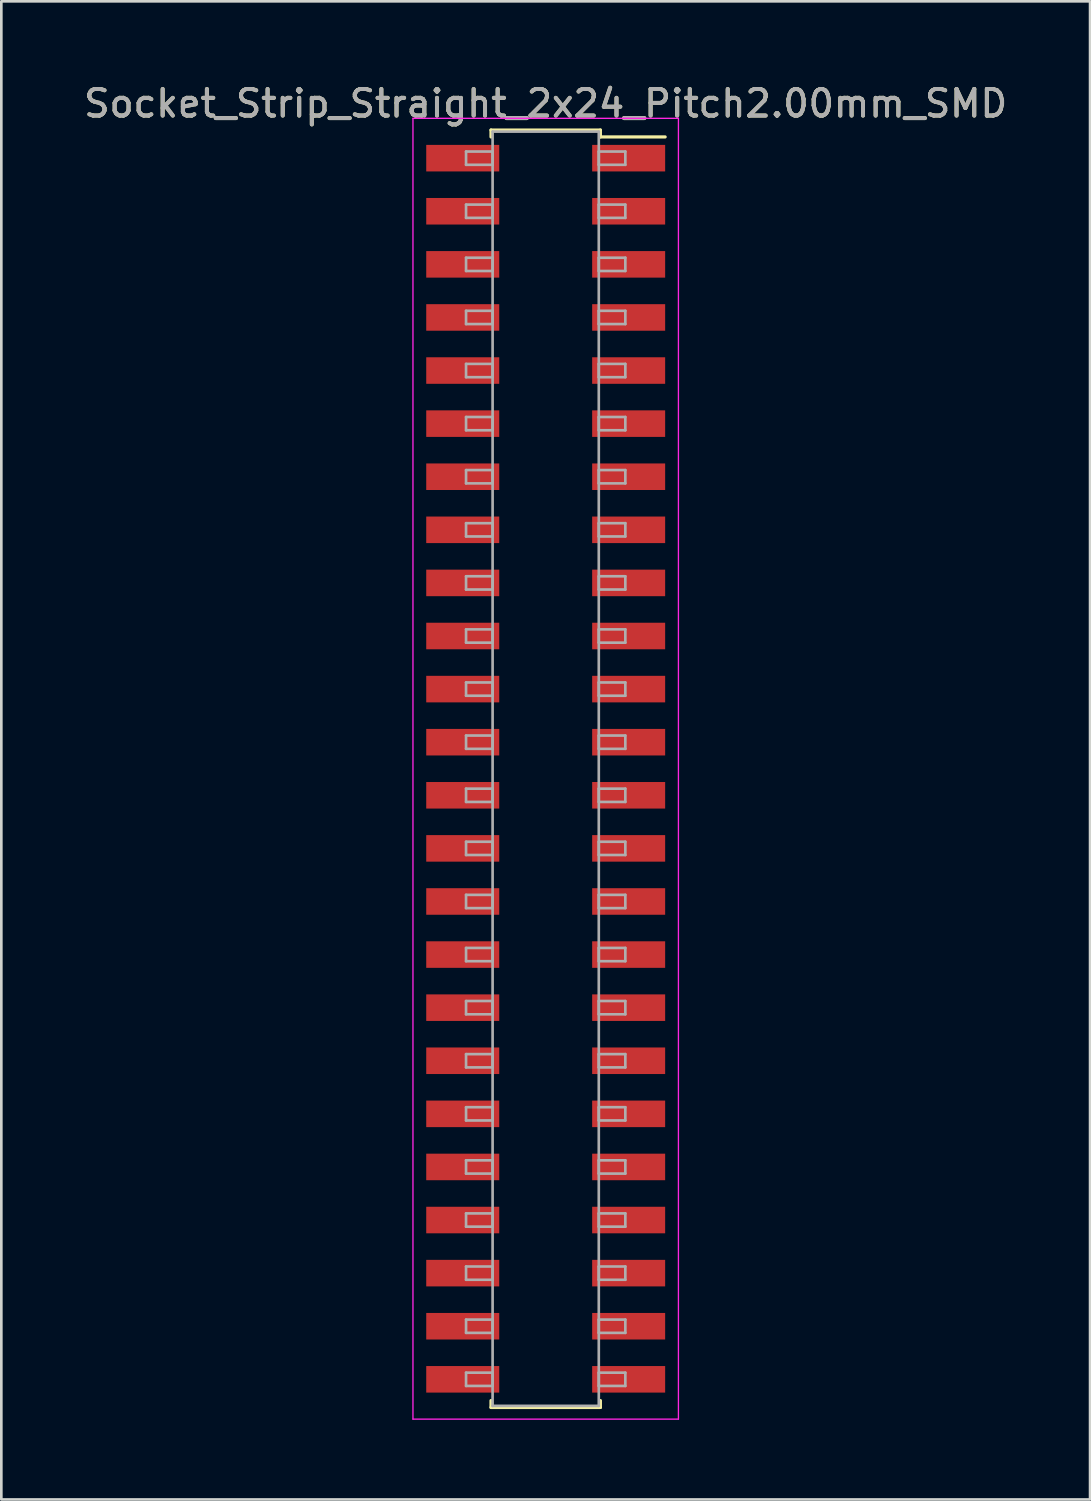
<source format=kicad_pcb>
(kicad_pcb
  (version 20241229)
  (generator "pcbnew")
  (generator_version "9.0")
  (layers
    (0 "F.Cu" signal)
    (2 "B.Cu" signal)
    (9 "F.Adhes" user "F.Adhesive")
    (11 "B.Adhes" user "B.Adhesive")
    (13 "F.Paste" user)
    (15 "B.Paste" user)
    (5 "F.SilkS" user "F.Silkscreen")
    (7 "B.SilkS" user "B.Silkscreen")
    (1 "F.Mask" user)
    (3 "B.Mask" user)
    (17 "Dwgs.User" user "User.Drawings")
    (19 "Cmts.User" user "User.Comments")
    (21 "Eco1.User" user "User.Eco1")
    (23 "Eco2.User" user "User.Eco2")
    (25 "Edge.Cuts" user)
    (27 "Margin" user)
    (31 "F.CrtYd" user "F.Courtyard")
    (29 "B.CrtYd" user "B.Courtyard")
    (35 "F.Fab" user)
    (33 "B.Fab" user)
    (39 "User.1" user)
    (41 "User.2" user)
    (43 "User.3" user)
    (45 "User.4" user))
  (footprint "Socket_Strip_Straight_2x24_Pitch2.00mm_SMD"
    (layer "F.Cu")
    (at 17.506 25.908)
    (property "Reference" "Socket_Strip_Straight_2x24_Pitch2.00mm_SMD" (at 0 -25.06 0) (layer "F.SilkS") (effects (font (size 1 1) (thickness 0.15))))
    (attr smd)
    (fp_line (start -2.06 -24.06) (end 2.06 -24.06) (stroke (width 0.12) (type solid)) (layer "F.SilkS"))
    (fp_line (start -2.06 -23.8) (end -2.06 -24.06) (stroke (width 0.12) (type solid)) (layer "F.SilkS"))
    (fp_line (start -2.06 23.8) (end -2.06 24.06) (stroke (width 0.12) (type solid)) (layer "F.SilkS"))
    (fp_line (start -2.06 24.06) (end 2.06 24.06) (stroke (width 0.12) (type solid)) (layer "F.SilkS"))
    (fp_line (start 2.06 -24.06) (end 2.06 -23.8) (stroke (width 0.12) (type solid)) (layer "F.SilkS"))
    (fp_line (start 2.06 24.06) (end 2.06 23.8) (stroke (width 0.12) (type solid)) (layer "F.SilkS"))
    (fp_line (start 4.5 -23.8) (end 2.06 -23.8) (stroke (width 0.12) (type solid)) (layer "F.SilkS"))
    (fp_line (start -5 -24.5) (end -5 24.5) (stroke (width 0.05) (type solid)) (layer "F.CrtYd"))
    (fp_line (start -5 24.5) (end 5 24.5) (stroke (width 0.05) (type solid)) (layer "F.CrtYd"))
    (fp_line (start 5 -24.5) (end -5 -24.5) (stroke (width 0.05) (type solid)) (layer "F.CrtYd"))
    (fp_line (start 5 24.5) (end 5 -24.5) (stroke (width 0.05) (type solid)) (layer "F.CrtYd"))
    (fp_line (start -3 -23.25) (end -2 -23.25) (stroke (width 0.1) (type solid)) (layer "F.Fab"))
    (fp_line (start -3 -22.75) (end -3 -23.25) (stroke (width 0.1) (type solid)) (layer "F.Fab"))
    (fp_line (start -3 -21.25) (end -2 -21.25) (stroke (width 0.1) (type solid)) (layer "F.Fab"))
    (fp_line (start -3 -20.75) (end -3 -21.25) (stroke (width 0.1) (type solid)) (layer "F.Fab"))
    (fp_line (start -3 -19.25) (end -2 -19.25) (stroke (width 0.1) (type solid)) (layer "F.Fab"))
    (fp_line (start -3 -18.75) (end -3 -19.25) (stroke (width 0.1) (type solid)) (layer "F.Fab"))
    (fp_line (start -3 -17.25) (end -2 -17.25) (stroke (width 0.1) (type solid)) (layer "F.Fab"))
    (fp_line (start -3 -16.75) (end -3 -17.25) (stroke (width 0.1) (type solid)) (layer "F.Fab"))
    (fp_line (start -3 -15.25) (end -2 -15.25) (stroke (width 0.1) (type solid)) (layer "F.Fab"))
    (fp_line (start -3 -14.75) (end -3 -15.25) (stroke (width 0.1) (type solid)) (layer "F.Fab"))
    (fp_line (start -3 -13.25) (end -2 -13.25) (stroke (width 0.1) (type solid)) (layer "F.Fab"))
    (fp_line (start -3 -12.75) (end -3 -13.25) (stroke (width 0.1) (type solid)) (layer "F.Fab"))
    (fp_line (start -3 -11.25) (end -2 -11.25) (stroke (width 0.1) (type solid)) (layer "F.Fab"))
    (fp_line (start -3 -10.75) (end -3 -11.25) (stroke (width 0.1) (type solid)) (layer "F.Fab"))
    (fp_line (start -3 -9.25) (end -2 -9.25) (stroke (width 0.1) (type solid)) (layer "F.Fab"))
    (fp_line (start -3 -8.75) (end -3 -9.25) (stroke (width 0.1) (type solid)) (layer "F.Fab"))
    (fp_line (start -3 -7.25) (end -2 -7.25) (stroke (width 0.1) (type solid)) (layer "F.Fab"))
    (fp_line (start -3 -6.75) (end -3 -7.25) (stroke (width 0.1) (type solid)) (layer "F.Fab"))
    (fp_line (start -3 -5.25) (end -2 -5.25) (stroke (width 0.1) (type solid)) (layer "F.Fab"))
    (fp_line (start -3 -4.75) (end -3 -5.25) (stroke (width 0.1) (type solid)) (layer "F.Fab"))
    (fp_line (start -3 -3.25) (end -2 -3.25) (stroke (width 0.1) (type solid)) (layer "F.Fab"))
    (fp_line (start -3 -2.75) (end -3 -3.25) (stroke (width 0.1) (type solid)) (layer "F.Fab"))
    (fp_line (start -3 -1.25) (end -2 -1.25) (stroke (width 0.1) (type solid)) (layer "F.Fab"))
    (fp_line (start -3 -0.75) (end -3 -1.25) (stroke (width 0.1) (type solid)) (layer "F.Fab"))
    (fp_line (start -3 0.75) (end -2 0.75) (stroke (width 0.1) (type solid)) (layer "F.Fab"))
    (fp_line (start -3 1.25) (end -3 0.75) (stroke (width 0.1) (type solid)) (layer "F.Fab"))
    (fp_line (start -3 2.75) (end -2 2.75) (stroke (width 0.1) (type solid)) (layer "F.Fab"))
    (fp_line (start -3 3.25) (end -3 2.75) (stroke (width 0.1) (type solid)) (layer "F.Fab"))
    (fp_line (start -3 4.75) (end -2 4.75) (stroke (width 0.1) (type solid)) (layer "F.Fab"))
    (fp_line (start -3 5.25) (end -3 4.75) (stroke (width 0.1) (type solid)) (layer "F.Fab"))
    (fp_line (start -3 6.75) (end -2 6.75) (stroke (width 0.1) (type solid)) (layer "F.Fab"))
    (fp_line (start -3 7.25) (end -3 6.75) (stroke (width 0.1) (type solid)) (layer "F.Fab"))
    (fp_line (start -3 8.75) (end -2 8.75) (stroke (width 0.1) (type solid)) (layer "F.Fab"))
    (fp_line (start -3 9.25) (end -3 8.75) (stroke (width 0.1) (type solid)) (layer "F.Fab"))
    (fp_line (start -3 10.75) (end -2 10.75) (stroke (width 0.1) (type solid)) (layer "F.Fab"))
    (fp_line (start -3 11.25) (end -3 10.75) (stroke (width 0.1) (type solid)) (layer "F.Fab"))
    (fp_line (start -3 12.75) (end -2 12.75) (stroke (width 0.1) (type solid)) (layer "F.Fab"))
    (fp_line (start -3 13.25) (end -3 12.75) (stroke (width 0.1) (type solid)) (layer "F.Fab"))
    (fp_line (start -3 14.75) (end -2 14.75) (stroke (width 0.1) (type solid)) (layer "F.Fab"))
    (fp_line (start -3 15.25) (end -3 14.75) (stroke (width 0.1) (type solid)) (layer "F.Fab"))
    (fp_line (start -3 16.75) (end -2 16.75) (stroke (width 0.1) (type solid)) (layer "F.Fab"))
    (fp_line (start -3 17.25) (end -3 16.75) (stroke (width 0.1) (type solid)) (layer "F.Fab"))
    (fp_line (start -3 18.75) (end -2 18.75) (stroke (width 0.1) (type solid)) (layer "F.Fab"))
    (fp_line (start -3 19.25) (end -3 18.75) (stroke (width 0.1) (type solid)) (layer "F.Fab"))
    (fp_line (start -3 20.75) (end -2 20.75) (stroke (width 0.1) (type solid)) (layer "F.Fab"))
    (fp_line (start -3 21.25) (end -3 20.75) (stroke (width 0.1) (type solid)) (layer "F.Fab"))
    (fp_line (start -3 22.75) (end -2 22.75) (stroke (width 0.1) (type solid)) (layer "F.Fab"))
    (fp_line (start -3 23.25) (end -3 22.75) (stroke (width 0.1) (type solid)) (layer "F.Fab"))
    (fp_line (start -2 -24) (end -2 24) (stroke (width 0.1) (type solid)) (layer "F.Fab"))
    (fp_line (start -2 -23.25) (end -2 -22.75) (stroke (width 0.1) (type solid)) (layer "F.Fab"))
    (fp_line (start -2 -22.75) (end -3 -22.75) (stroke (width 0.1) (type solid)) (layer "F.Fab"))
    (fp_line (start -2 -21.25) (end -2 -20.75) (stroke (width 0.1) (type solid)) (layer "F.Fab"))
    (fp_line (start -2 -20.75) (end -3 -20.75) (stroke (width 0.1) (type solid)) (layer "F.Fab"))
    (fp_line (start -2 -19.25) (end -2 -18.75) (stroke (width 0.1) (type solid)) (layer "F.Fab"))
    (fp_line (start -2 -18.75) (end -3 -18.75) (stroke (width 0.1) (type solid)) (layer "F.Fab"))
    (fp_line (start -2 -17.25) (end -2 -16.75) (stroke (width 0.1) (type solid)) (layer "F.Fab"))
    (fp_line (start -2 -16.75) (end -3 -16.75) (stroke (width 0.1) (type solid)) (layer "F.Fab"))
    (fp_line (start -2 -15.25) (end -2 -14.75) (stroke (width 0.1) (type solid)) (layer "F.Fab"))
    (fp_line (start -2 -14.75) (end -3 -14.75) (stroke (width 0.1) (type solid)) (layer "F.Fab"))
    (fp_line (start -2 -13.25) (end -2 -12.75) (stroke (width 0.1) (type solid)) (layer "F.Fab"))
    (fp_line (start -2 -12.75) (end -3 -12.75) (stroke (width 0.1) (type solid)) (layer "F.Fab"))
    (fp_line (start -2 -11.25) (end -2 -10.75) (stroke (width 0.1) (type solid)) (layer "F.Fab"))
    (fp_line (start -2 -10.75) (end -3 -10.75) (stroke (width 0.1) (type solid)) (layer "F.Fab"))
    (fp_line (start -2 -9.25) (end -2 -8.75) (stroke (width 0.1) (type solid)) (layer "F.Fab"))
    (fp_line (start -2 -8.75) (end -3 -8.75) (stroke (width 0.1) (type solid)) (layer "F.Fab"))
    (fp_line (start -2 -7.25) (end -2 -6.75) (stroke (width 0.1) (type solid)) (layer "F.Fab"))
    (fp_line (start -2 -6.75) (end -3 -6.75) (stroke (width 0.1) (type solid)) (layer "F.Fab"))
    (fp_line (start -2 -5.25) (end -2 -4.75) (stroke (width 0.1) (type solid)) (layer "F.Fab"))
    (fp_line (start -2 -4.75) (end -3 -4.75) (stroke (width 0.1) (type solid)) (layer "F.Fab"))
    (fp_line (start -2 -3.25) (end -2 -2.75) (stroke (width 0.1) (type solid)) (layer "F.Fab"))
    (fp_line (start -2 -2.75) (end -3 -2.75) (stroke (width 0.1) (type solid)) (layer "F.Fab"))
    (fp_line (start -2 -1.25) (end -2 -0.75) (stroke (width 0.1) (type solid)) (layer "F.Fab"))
    (fp_line (start -2 -0.75) (end -3 -0.75) (stroke (width 0.1) (type solid)) (layer "F.Fab"))
    (fp_line (start -2 0.75) (end -2 1.25) (stroke (width 0.1) (type solid)) (layer "F.Fab"))
    (fp_line (start -2 1.25) (end -3 1.25) (stroke (width 0.1) (type solid)) (layer "F.Fab"))
    (fp_line (start -2 2.75) (end -2 3.25) (stroke (width 0.1) (type solid)) (layer "F.Fab"))
    (fp_line (start -2 3.25) (end -3 3.25) (stroke (width 0.1) (type solid)) (layer "F.Fab"))
    (fp_line (start -2 4.75) (end -2 5.25) (stroke (width 0.1) (type solid)) (layer "F.Fab"))
    (fp_line (start -2 5.25) (end -3 5.25) (stroke (width 0.1) (type solid)) (layer "F.Fab"))
    (fp_line (start -2 6.75) (end -2 7.25) (stroke (width 0.1) (type solid)) (layer "F.Fab"))
    (fp_line (start -2 7.25) (end -3 7.25) (stroke (width 0.1) (type solid)) (layer "F.Fab"))
    (fp_line (start -2 8.75) (end -2 9.25) (stroke (width 0.1) (type solid)) (layer "F.Fab"))
    (fp_line (start -2 9.25) (end -3 9.25) (stroke (width 0.1) (type solid)) (layer "F.Fab"))
    (fp_line (start -2 10.75) (end -2 11.25) (stroke (width 0.1) (type solid)) (layer "F.Fab"))
    (fp_line (start -2 11.25) (end -3 11.25) (stroke (width 0.1) (type solid)) (layer "F.Fab"))
    (fp_line (start -2 12.75) (end -2 13.25) (stroke (width 0.1) (type solid)) (layer "F.Fab"))
    (fp_line (start -2 13.25) (end -3 13.25) (stroke (width 0.1) (type solid)) (layer "F.Fab"))
    (fp_line (start -2 14.75) (end -2 15.25) (stroke (width 0.1) (type solid)) (layer "F.Fab"))
    (fp_line (start -2 15.25) (end -3 15.25) (stroke (width 0.1) (type solid)) (layer "F.Fab"))
    (fp_line (start -2 16.75) (end -2 17.25) (stroke (width 0.1) (type solid)) (layer "F.Fab"))
    (fp_line (start -2 17.25) (end -3 17.25) (stroke (width 0.1) (type solid)) (layer "F.Fab"))
    (fp_line (start -2 18.75) (end -2 19.25) (stroke (width 0.1) (type solid)) (layer "F.Fab"))
    (fp_line (start -2 19.25) (end -3 19.25) (stroke (width 0.1) (type solid)) (layer "F.Fab"))
    (fp_line (start -2 20.75) (end -2 21.25) (stroke (width 0.1) (type solid)) (layer "F.Fab"))
    (fp_line (start -2 21.25) (end -3 21.25) (stroke (width 0.1) (type solid)) (layer "F.Fab"))
    (fp_line (start -2 22.75) (end -2 23.25) (stroke (width 0.1) (type solid)) (layer "F.Fab"))
    (fp_line (start -2 23.25) (end -3 23.25) (stroke (width 0.1) (type solid)) (layer "F.Fab"))
    (fp_line (start -2 24) (end 2 24) (stroke (width 0.1) (type solid)) (layer "F.Fab"))
    (fp_line (start 2 -24) (end -2 -24) (stroke (width 0.1) (type solid)) (layer "F.Fab"))
    (fp_line (start 2 -23.25) (end 2 -22.75) (stroke (width 0.1) (type solid)) (layer "F.Fab"))
    (fp_line (start 2 -22.75) (end 3 -22.75) (stroke (width 0.1) (type solid)) (layer "F.Fab"))
    (fp_line (start 2 -21.25) (end 2 -20.75) (stroke (width 0.1) (type solid)) (layer "F.Fab"))
    (fp_line (start 2 -20.75) (end 3 -20.75) (stroke (width 0.1) (type solid)) (layer "F.Fab"))
    (fp_line (start 2 -19.25) (end 2 -18.75) (stroke (width 0.1) (type solid)) (layer "F.Fab"))
    (fp_line (start 2 -18.75) (end 3 -18.75) (stroke (width 0.1) (type solid)) (layer "F.Fab"))
    (fp_line (start 2 -17.25) (end 2 -16.75) (stroke (width 0.1) (type solid)) (layer "F.Fab"))
    (fp_line (start 2 -16.75) (end 3 -16.75) (stroke (width 0.1) (type solid)) (layer "F.Fab"))
    (fp_line (start 2 -15.25) (end 2 -14.75) (stroke (width 0.1) (type solid)) (layer "F.Fab"))
    (fp_line (start 2 -14.75) (end 3 -14.75) (stroke (width 0.1) (type solid)) (layer "F.Fab"))
    (fp_line (start 2 -13.25) (end 2 -12.75) (stroke (width 0.1) (type solid)) (layer "F.Fab"))
    (fp_line (start 2 -12.75) (end 3 -12.75) (stroke (width 0.1) (type solid)) (layer "F.Fab"))
    (fp_line (start 2 -11.25) (end 2 -10.75) (stroke (width 0.1) (type solid)) (layer "F.Fab"))
    (fp_line (start 2 -10.75) (end 3 -10.75) (stroke (width 0.1) (type solid)) (layer "F.Fab"))
    (fp_line (start 2 -9.25) (end 2 -8.75) (stroke (width 0.1) (type solid)) (layer "F.Fab"))
    (fp_line (start 2 -8.75) (end 3 -8.75) (stroke (width 0.1) (type solid)) (layer "F.Fab"))
    (fp_line (start 2 -7.25) (end 2 -6.75) (stroke (width 0.1) (type solid)) (layer "F.Fab"))
    (fp_line (start 2 -6.75) (end 3 -6.75) (stroke (width 0.1) (type solid)) (layer "F.Fab"))
    (fp_line (start 2 -5.25) (end 2 -4.75) (stroke (width 0.1) (type solid)) (layer "F.Fab"))
    (fp_line (start 2 -4.75) (end 3 -4.75) (stroke (width 0.1) (type solid)) (layer "F.Fab"))
    (fp_line (start 2 -3.25) (end 2 -2.75) (stroke (width 0.1) (type solid)) (layer "F.Fab"))
    (fp_line (start 2 -2.75) (end 3 -2.75) (stroke (width 0.1) (type solid)) (layer "F.Fab"))
    (fp_line (start 2 -1.25) (end 2 -0.75) (stroke (width 0.1) (type solid)) (layer "F.Fab"))
    (fp_line (start 2 -0.75) (end 3 -0.75) (stroke (width 0.1) (type solid)) (layer "F.Fab"))
    (fp_line (start 2 0.75) (end 2 1.25) (stroke (width 0.1) (type solid)) (layer "F.Fab"))
    (fp_line (start 2 1.25) (end 3 1.25) (stroke (width 0.1) (type solid)) (layer "F.Fab"))
    (fp_line (start 2 2.75) (end 2 3.25) (stroke (width 0.1) (type solid)) (layer "F.Fab"))
    (fp_line (start 2 3.25) (end 3 3.25) (stroke (width 0.1) (type solid)) (layer "F.Fab"))
    (fp_line (start 2 4.75) (end 2 5.25) (stroke (width 0.1) (type solid)) (layer "F.Fab"))
    (fp_line (start 2 5.25) (end 3 5.25) (stroke (width 0.1) (type solid)) (layer "F.Fab"))
    (fp_line (start 2 6.75) (end 2 7.25) (stroke (width 0.1) (type solid)) (layer "F.Fab"))
    (fp_line (start 2 7.25) (end 3 7.25) (stroke (width 0.1) (type solid)) (layer "F.Fab"))
    (fp_line (start 2 8.75) (end 2 9.25) (stroke (width 0.1) (type solid)) (layer "F.Fab"))
    (fp_line (start 2 9.25) (end 3 9.25) (stroke (width 0.1) (type solid)) (layer "F.Fab"))
    (fp_line (start 2 10.75) (end 2 11.25) (stroke (width 0.1) (type solid)) (layer "F.Fab"))
    (fp_line (start 2 11.25) (end 3 11.25) (stroke (width 0.1) (type solid)) (layer "F.Fab"))
    (fp_line (start 2 12.75) (end 2 13.25) (stroke (width 0.1) (type solid)) (layer "F.Fab"))
    (fp_line (start 2 13.25) (end 3 13.25) (stroke (width 0.1) (type solid)) (layer "F.Fab"))
    (fp_line (start 2 14.75) (end 2 15.25) (stroke (width 0.1) (type solid)) (layer "F.Fab"))
    (fp_line (start 2 15.25) (end 3 15.25) (stroke (width 0.1) (type solid)) (layer "F.Fab"))
    (fp_line (start 2 16.75) (end 2 17.25) (stroke (width 0.1) (type solid)) (layer "F.Fab"))
    (fp_line (start 2 17.25) (end 3 17.25) (stroke (width 0.1) (type solid)) (layer "F.Fab"))
    (fp_line (start 2 18.75) (end 2 19.25) (stroke (width 0.1) (type solid)) (layer "F.Fab"))
    (fp_line (start 2 19.25) (end 3 19.25) (stroke (width 0.1) (type solid)) (layer "F.Fab"))
    (fp_line (start 2 20.75) (end 2 21.25) (stroke (width 0.1) (type solid)) (layer "F.Fab"))
    (fp_line (start 2 21.25) (end 3 21.25) (stroke (width 0.1) (type solid)) (layer "F.Fab"))
    (fp_line (start 2 22.75) (end 2 23.25) (stroke (width 0.1) (type solid)) (layer "F.Fab"))
    (fp_line (start 2 23.25) (end 3 23.25) (stroke (width 0.1) (type solid)) (layer "F.Fab"))
    (fp_line (start 2 24) (end 2 -24) (stroke (width 0.1) (type solid)) (layer "F.Fab"))
    (fp_line (start 3 -23.25) (end 2 -23.25) (stroke (width 0.1) (type solid)) (layer "F.Fab"))
    (fp_line (start 3 -22.75) (end 3 -23.25) (stroke (width 0.1) (type solid)) (layer "F.Fab"))
    (fp_line (start 3 -21.25) (end 2 -21.25) (stroke (width 0.1) (type solid)) (layer "F.Fab"))
    (fp_line (start 3 -20.75) (end 3 -21.25) (stroke (width 0.1) (type solid)) (layer "F.Fab"))
    (fp_line (start 3 -19.25) (end 2 -19.25) (stroke (width 0.1) (type solid)) (layer "F.Fab"))
    (fp_line (start 3 -18.75) (end 3 -19.25) (stroke (width 0.1) (type solid)) (layer "F.Fab"))
    (fp_line (start 3 -17.25) (end 2 -17.25) (stroke (width 0.1) (type solid)) (layer "F.Fab"))
    (fp_line (start 3 -16.75) (end 3 -17.25) (stroke (width 0.1) (type solid)) (layer "F.Fab"))
    (fp_line (start 3 -15.25) (end 2 -15.25) (stroke (width 0.1) (type solid)) (layer "F.Fab"))
    (fp_line (start 3 -14.75) (end 3 -15.25) (stroke (width 0.1) (type solid)) (layer "F.Fab"))
    (fp_line (start 3 -13.25) (end 2 -13.25) (stroke (width 0.1) (type solid)) (layer "F.Fab"))
    (fp_line (start 3 -12.75) (end 3 -13.25) (stroke (width 0.1) (type solid)) (layer "F.Fab"))
    (fp_line (start 3 -11.25) (end 2 -11.25) (stroke (width 0.1) (type solid)) (layer "F.Fab"))
    (fp_line (start 3 -10.75) (end 3 -11.25) (stroke (width 0.1) (type solid)) (layer "F.Fab"))
    (fp_line (start 3 -9.25) (end 2 -9.25) (stroke (width 0.1) (type solid)) (layer "F.Fab"))
    (fp_line (start 3 -8.75) (end 3 -9.25) (stroke (width 0.1) (type solid)) (layer "F.Fab"))
    (fp_line (start 3 -7.25) (end 2 -7.25) (stroke (width 0.1) (type solid)) (layer "F.Fab"))
    (fp_line (start 3 -6.75) (end 3 -7.25) (stroke (width 0.1) (type solid)) (layer "F.Fab"))
    (fp_line (start 3 -5.25) (end 2 -5.25) (stroke (width 0.1) (type solid)) (layer "F.Fab"))
    (fp_line (start 3 -4.75) (end 3 -5.25) (stroke (width 0.1) (type solid)) (layer "F.Fab"))
    (fp_line (start 3 -3.25) (end 2 -3.25) (stroke (width 0.1) (type solid)) (layer "F.Fab"))
    (fp_line (start 3 -2.75) (end 3 -3.25) (stroke (width 0.1) (type solid)) (layer "F.Fab"))
    (fp_line (start 3 -1.25) (end 2 -1.25) (stroke (width 0.1) (type solid)) (layer "F.Fab"))
    (fp_line (start 3 -0.75) (end 3 -1.25) (stroke (width 0.1) (type solid)) (layer "F.Fab"))
    (fp_line (start 3 0.75) (end 2 0.75) (stroke (width 0.1) (type solid)) (layer "F.Fab"))
    (fp_line (start 3 1.25) (end 3 0.75) (stroke (width 0.1) (type solid)) (layer "F.Fab"))
    (fp_line (start 3 2.75) (end 2 2.75) (stroke (width 0.1) (type solid)) (layer "F.Fab"))
    (fp_line (start 3 3.25) (end 3 2.75) (stroke (width 0.1) (type solid)) (layer "F.Fab"))
    (fp_line (start 3 4.75) (end 2 4.75) (stroke (width 0.1) (type solid)) (layer "F.Fab"))
    (fp_line (start 3 5.25) (end 3 4.75) (stroke (width 0.1) (type solid)) (layer "F.Fab"))
    (fp_line (start 3 6.75) (end 2 6.75) (stroke (width 0.1) (type solid)) (layer "F.Fab"))
    (fp_line (start 3 7.25) (end 3 6.75) (stroke (width 0.1) (type solid)) (layer "F.Fab"))
    (fp_line (start 3 8.75) (end 2 8.75) (stroke (width 0.1) (type solid)) (layer "F.Fab"))
    (fp_line (start 3 9.25) (end 3 8.75) (stroke (width 0.1) (type solid)) (layer "F.Fab"))
    (fp_line (start 3 10.75) (end 2 10.75) (stroke (width 0.1) (type solid)) (layer "F.Fab"))
    (fp_line (start 3 11.25) (end 3 10.75) (stroke (width 0.1) (type solid)) (layer "F.Fab"))
    (fp_line (start 3 12.75) (end 2 12.75) (stroke (width 0.1) (type solid)) (layer "F.Fab"))
    (fp_line (start 3 13.25) (end 3 12.75) (stroke (width 0.1) (type solid)) (layer "F.Fab"))
    (fp_line (start 3 14.75) (end 2 14.75) (stroke (width 0.1) (type solid)) (layer "F.Fab"))
    (fp_line (start 3 15.25) (end 3 14.75) (stroke (width 0.1) (type solid)) (layer "F.Fab"))
    (fp_line (start 3 16.75) (end 2 16.75) (stroke (width 0.1) (type solid)) (layer "F.Fab"))
    (fp_line (start 3 17.25) (end 3 16.75) (stroke (width 0.1) (type solid)) (layer "F.Fab"))
    (fp_line (start 3 18.75) (end 2 18.75) (stroke (width 0.1) (type solid)) (layer "F.Fab"))
    (fp_line (start 3 19.25) (end 3 18.75) (stroke (width 0.1) (type solid)) (layer "F.Fab"))
    (fp_line (start 3 20.75) (end 2 20.75) (stroke (width 0.1) (type solid)) (layer "F.Fab"))
    (fp_line (start 3 21.25) (end 3 20.75) (stroke (width 0.1) (type solid)) (layer "F.Fab"))
    (fp_line (start 3 22.75) (end 2 22.75) (stroke (width 0.1) (type solid)) (layer "F.Fab"))
    (fp_line (start 3 23.25) (end 3 22.75) (stroke (width 0.1) (type solid)) (layer "F.Fab"))
    (fp_text user "${REFERENCE}" (at 0 -25.06 0) (layer "F.Fab") (effects (font (size 1 1) (thickness 0.15))))
    (pad "1" smd rect (at 3.125 -23) (size 2.75 1) (layers "F.Cu" "F.Mask" "F.Paste"))
    (pad "2" smd rect (at -3.125 -23) (size 2.75 1) (layers "F.Cu" "F.Mask" "F.Paste"))
    (pad "3" smd rect (at 3.125 -21) (size 2.75 1) (layers "F.Cu" "F.Mask" "F.Paste"))
    (pad "4" smd rect (at -3.125 -21) (size 2.75 1) (layers "F.Cu" "F.Mask" "F.Paste"))
    (pad "5" smd rect (at 3.125 -19) (size 2.75 1) (layers "F.Cu" "F.Mask" "F.Paste"))
    (pad "6" smd rect (at -3.125 -19) (size 2.75 1) (layers "F.Cu" "F.Mask" "F.Paste"))
    (pad "7" smd rect (at 3.125 -17) (size 2.75 1) (layers "F.Cu" "F.Mask" "F.Paste"))
    (pad "8" smd rect (at -3.125 -17) (size 2.75 1) (layers "F.Cu" "F.Mask" "F.Paste"))
    (pad "9" smd rect (at 3.125 -15) (size 2.75 1) (layers "F.Cu" "F.Mask" "F.Paste"))
    (pad "10" smd rect (at -3.125 -15) (size 2.75 1) (layers "F.Cu" "F.Mask" "F.Paste"))
    (pad "11" smd rect (at 3.125 -13) (size 2.75 1) (layers "F.Cu" "F.Mask" "F.Paste"))
    (pad "12" smd rect (at -3.125 -13) (size 2.75 1) (layers "F.Cu" "F.Mask" "F.Paste"))
    (pad "13" smd rect (at 3.125 -11) (size 2.75 1) (layers "F.Cu" "F.Mask" "F.Paste"))
    (pad "14" smd rect (at -3.125 -11) (size 2.75 1) (layers "F.Cu" "F.Mask" "F.Paste"))
    (pad "15" smd rect (at 3.125 -9) (size 2.75 1) (layers "F.Cu" "F.Mask" "F.Paste"))
    (pad "16" smd rect (at -3.125 -9) (size 2.75 1) (layers "F.Cu" "F.Mask" "F.Paste"))
    (pad "17" smd rect (at 3.125 -7) (size 2.75 1) (layers "F.Cu" "F.Mask" "F.Paste"))
    (pad "18" smd rect (at -3.125 -7) (size 2.75 1) (layers "F.Cu" "F.Mask" "F.Paste"))
    (pad "19" smd rect (at 3.125 -5) (size 2.75 1) (layers "F.Cu" "F.Mask" "F.Paste"))
    (pad "20" smd rect (at -3.125 -5) (size 2.75 1) (layers "F.Cu" "F.Mask" "F.Paste"))
    (pad "21" smd rect (at 3.125 -3) (size 2.75 1) (layers "F.Cu" "F.Mask" "F.Paste"))
    (pad "22" smd rect (at -3.125 -3) (size 2.75 1) (layers "F.Cu" "F.Mask" "F.Paste"))
    (pad "23" smd rect (at 3.125 -1) (size 2.75 1) (layers "F.Cu" "F.Mask" "F.Paste"))
    (pad "24" smd rect (at -3.125 -1) (size 2.75 1) (layers "F.Cu" "F.Mask" "F.Paste"))
    (pad "25" smd rect (at 3.125 1) (size 2.75 1) (layers "F.Cu" "F.Mask" "F.Paste"))
    (pad "26" smd rect (at -3.125 1) (size 2.75 1) (layers "F.Cu" "F.Mask" "F.Paste"))
    (pad "27" smd rect (at 3.125 3) (size 2.75 1) (layers "F.Cu" "F.Mask" "F.Paste"))
    (pad "28" smd rect (at -3.125 3) (size 2.75 1) (layers "F.Cu" "F.Mask" "F.Paste"))
    (pad "29" smd rect (at 3.125 5) (size 2.75 1) (layers "F.Cu" "F.Mask" "F.Paste"))
    (pad "30" smd rect (at -3.125 5) (size 2.75 1) (layers "F.Cu" "F.Mask" "F.Paste"))
    (pad "31" smd rect (at 3.125 7) (size 2.75 1) (layers "F.Cu" "F.Mask" "F.Paste"))
    (pad "32" smd rect (at -3.125 7) (size 2.75 1) (layers "F.Cu" "F.Mask" "F.Paste"))
    (pad "33" smd rect (at 3.125 9) (size 2.75 1) (layers "F.Cu" "F.Mask" "F.Paste"))
    (pad "34" smd rect (at -3.125 9) (size 2.75 1) (layers "F.Cu" "F.Mask" "F.Paste"))
    (pad "35" smd rect (at 3.125 11) (size 2.75 1) (layers "F.Cu" "F.Mask" "F.Paste"))
    (pad "36" smd rect (at -3.125 11) (size 2.75 1) (layers "F.Cu" "F.Mask" "F.Paste"))
    (pad "37" smd rect (at 3.125 13) (size 2.75 1) (layers "F.Cu" "F.Mask" "F.Paste"))
    (pad "38" smd rect (at -3.125 13) (size 2.75 1) (layers "F.Cu" "F.Mask" "F.Paste"))
    (pad "39" smd rect (at 3.125 15) (size 2.75 1) (layers "F.Cu" "F.Mask" "F.Paste"))
    (pad "40" smd rect (at -3.125 15) (size 2.75 1) (layers "F.Cu" "F.Mask" "F.Paste"))
    (pad "41" smd rect (at 3.125 17) (size 2.75 1) (layers "F.Cu" "F.Mask" "F.Paste"))
    (pad "42" smd rect (at -3.125 17) (size 2.75 1) (layers "F.Cu" "F.Mask" "F.Paste"))
    (pad "43" smd rect (at 3.125 19) (size 2.75 1) (layers "F.Cu" "F.Mask" "F.Paste"))
    (pad "44" smd rect (at -3.125 19) (size 2.75 1) (layers "F.Cu" "F.Mask" "F.Paste"))
    (pad "45" smd rect (at 3.125 21) (size 2.75 1) (layers "F.Cu" "F.Mask" "F.Paste"))
    (pad "46" smd rect (at -3.125 21) (size 2.75 1) (layers "F.Cu" "F.Mask" "F.Paste"))
    (pad "47" smd rect (at 3.125 23) (size 2.75 1) (layers "F.Cu" "F.Mask" "F.Paste"))
    (pad "48" smd rect (at -3.125 23) (size 2.75 1) (layers "F.Cu" "F.Mask" "F.Paste")))
  (gr_rect
    (start -3 -3)
    (end 38.012 53.433)
    (stroke (width 0.1) (type default))
    (fill no)
    (layer "Edge.Cuts")))
</source>
